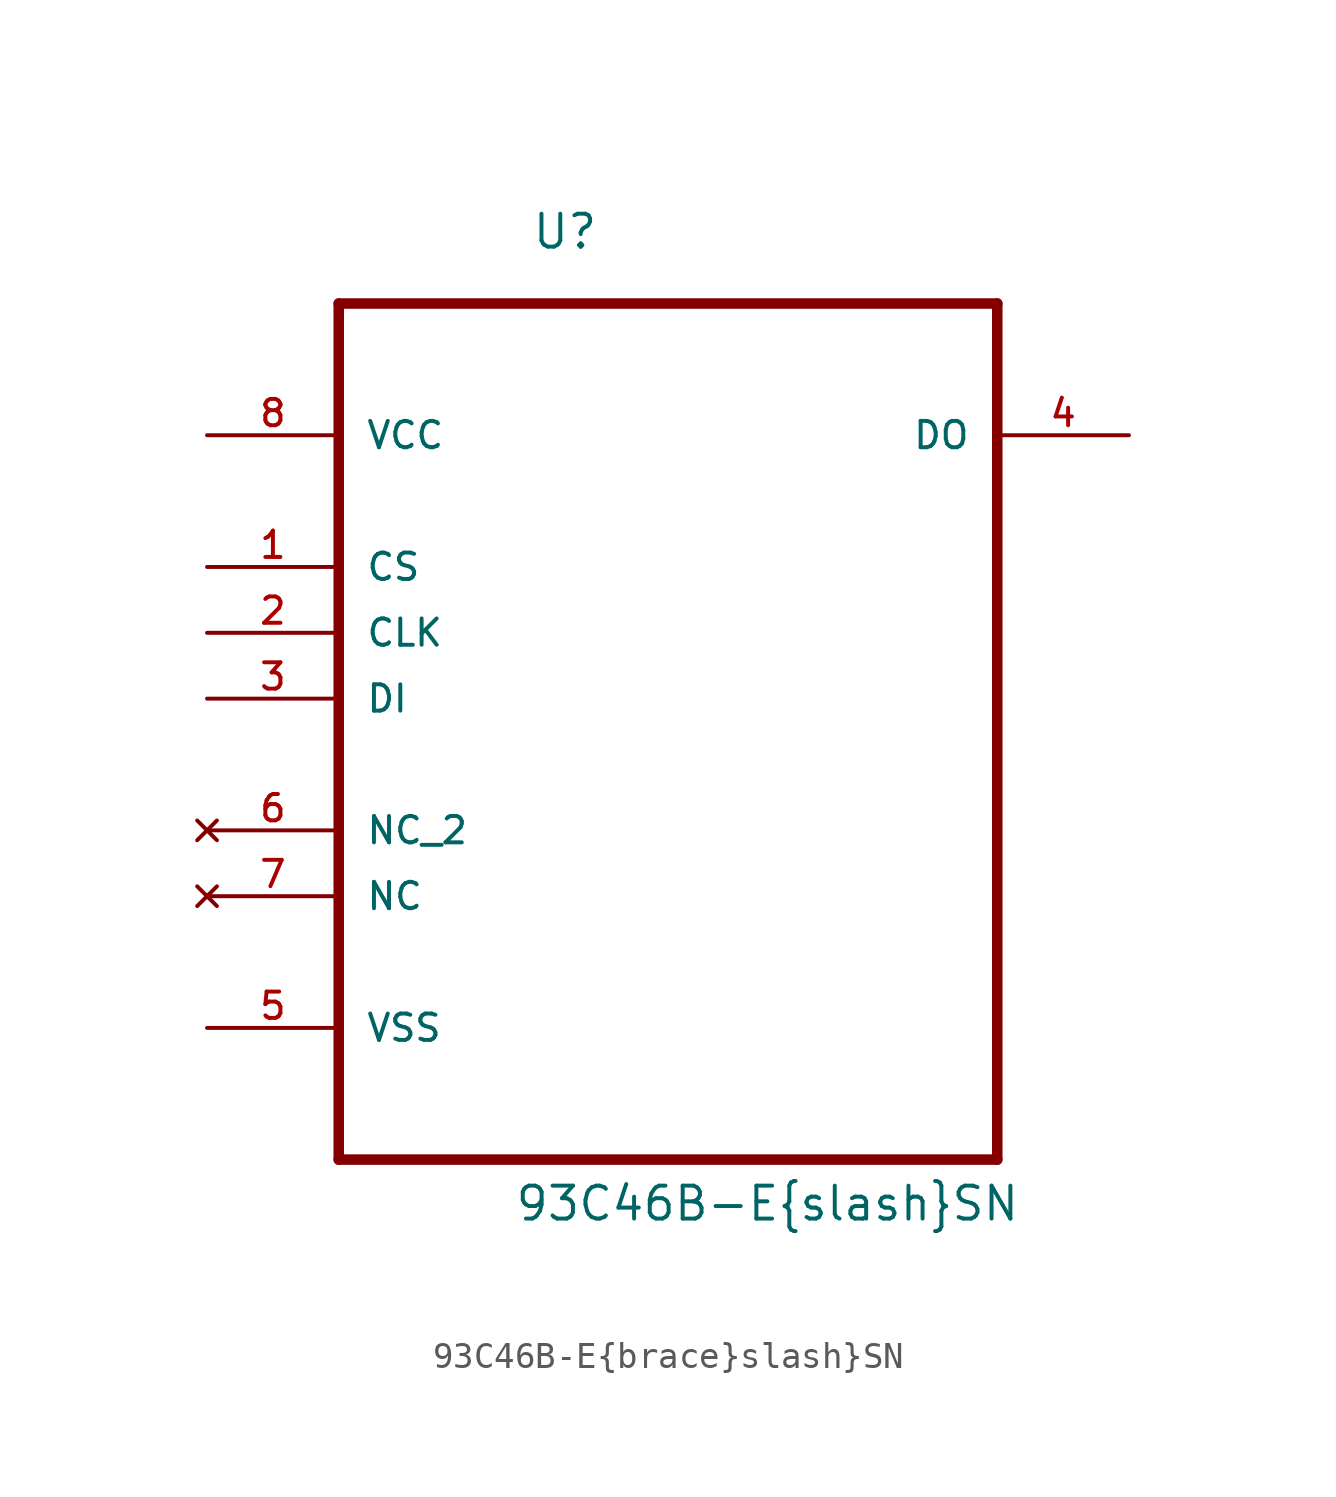
<source format=kicad_sym>
(kicad_symbol_lib
  (version 20211014)
  (generator kicad_symbol_editor)
  (symbol "93C46B-E{brace}slash}SN"
    (pin_names
      (offset 1.016))
    (property "Reference" "U"
      (at -5.283 14.732 0)
      (effects (font (size 1.27 1.27)) (justify left bottom)))
    (property "Value" "93C46B-E{brace}slash}SN"
      (at -5.944 -22.758 0)
      (effects (font (size 1.27 1.27)) (justify left bottom)))
    (property "ki_locked" ""
      (at 0 0 0)
      (effects (font (size 1.27 1.27))))
    (symbol "93C46B-E{brace}slash}SN_0_0"
      (polyline (pts (xy -12.7 -20.32) (xy 12.7 -20.32)) (stroke (width 0.406) (type default) (color 0 0 0 0)) (fill (type none)))
      (polyline (pts (xy -12.7 12.7) (xy -12.7 -20.32)) (stroke (width 0.406) (type default) (color 0 0 0 0)) (fill (type none)))
      (polyline (pts (xy 12.7 -20.32) (xy 12.7 12.7)) (stroke (width 0.406) (type default) (color 0 0 0 0)) (fill (type none)))
      (polyline (pts (xy 12.7 12.7) (xy -12.7 12.7)) (stroke (width 0.406) (type default) (color 0 0 0 0)) (fill (type none)))
      (pin input line (at -17.78 2.54 0) (length 5.08) (name "CS" (effects (font (size 1.016 1.016)))) (number "1" (effects (font (size 1.016 1.016)))))
      (pin input line (at -17.78 0 0) (length 5.08) (name "CLK" (effects (font (size 1.016 1.016)))) (number "2" (effects (font (size 1.016 1.016)))))
      (pin input line (at -17.78 -2.54 0) (length 5.08) (name "DI" (effects (font (size 1.016 1.016)))) (number "3" (effects (font (size 1.016 1.016)))))
      (pin output line (at 17.78 7.62 180) (length 5.08) (name "DO" (effects (font (size 1.016 1.016)))) (number "4" (effects (font (size 1.016 1.016)))))
      (pin passive line (at -17.78 -15.24 0) (length 5.08) (name "VSS" (effects (font (size 1.016 1.016)))) (number "5" (effects (font (size 1.016 1.016)))))
      (pin no_connect line (at -17.78 -7.62 0) (length 5.08) (name "NC_2" (effects (font (size 1.016 1.016)))) (number "6" (effects (font (size 1.016 1.016)))))
      (pin no_connect line (at -17.78 -10.16 0) (length 5.08) (name "NC" (effects (font (size 1.016 1.016)))) (number "7" (effects (font (size 1.016 1.016)))))
      (pin power_in line (at -17.78 7.62 0) (length 5.08) (name "VCC" (effects (font (size 1.016 1.016)))) (number "8" (effects (font (size 1.016 1.016))))))))
</source>
